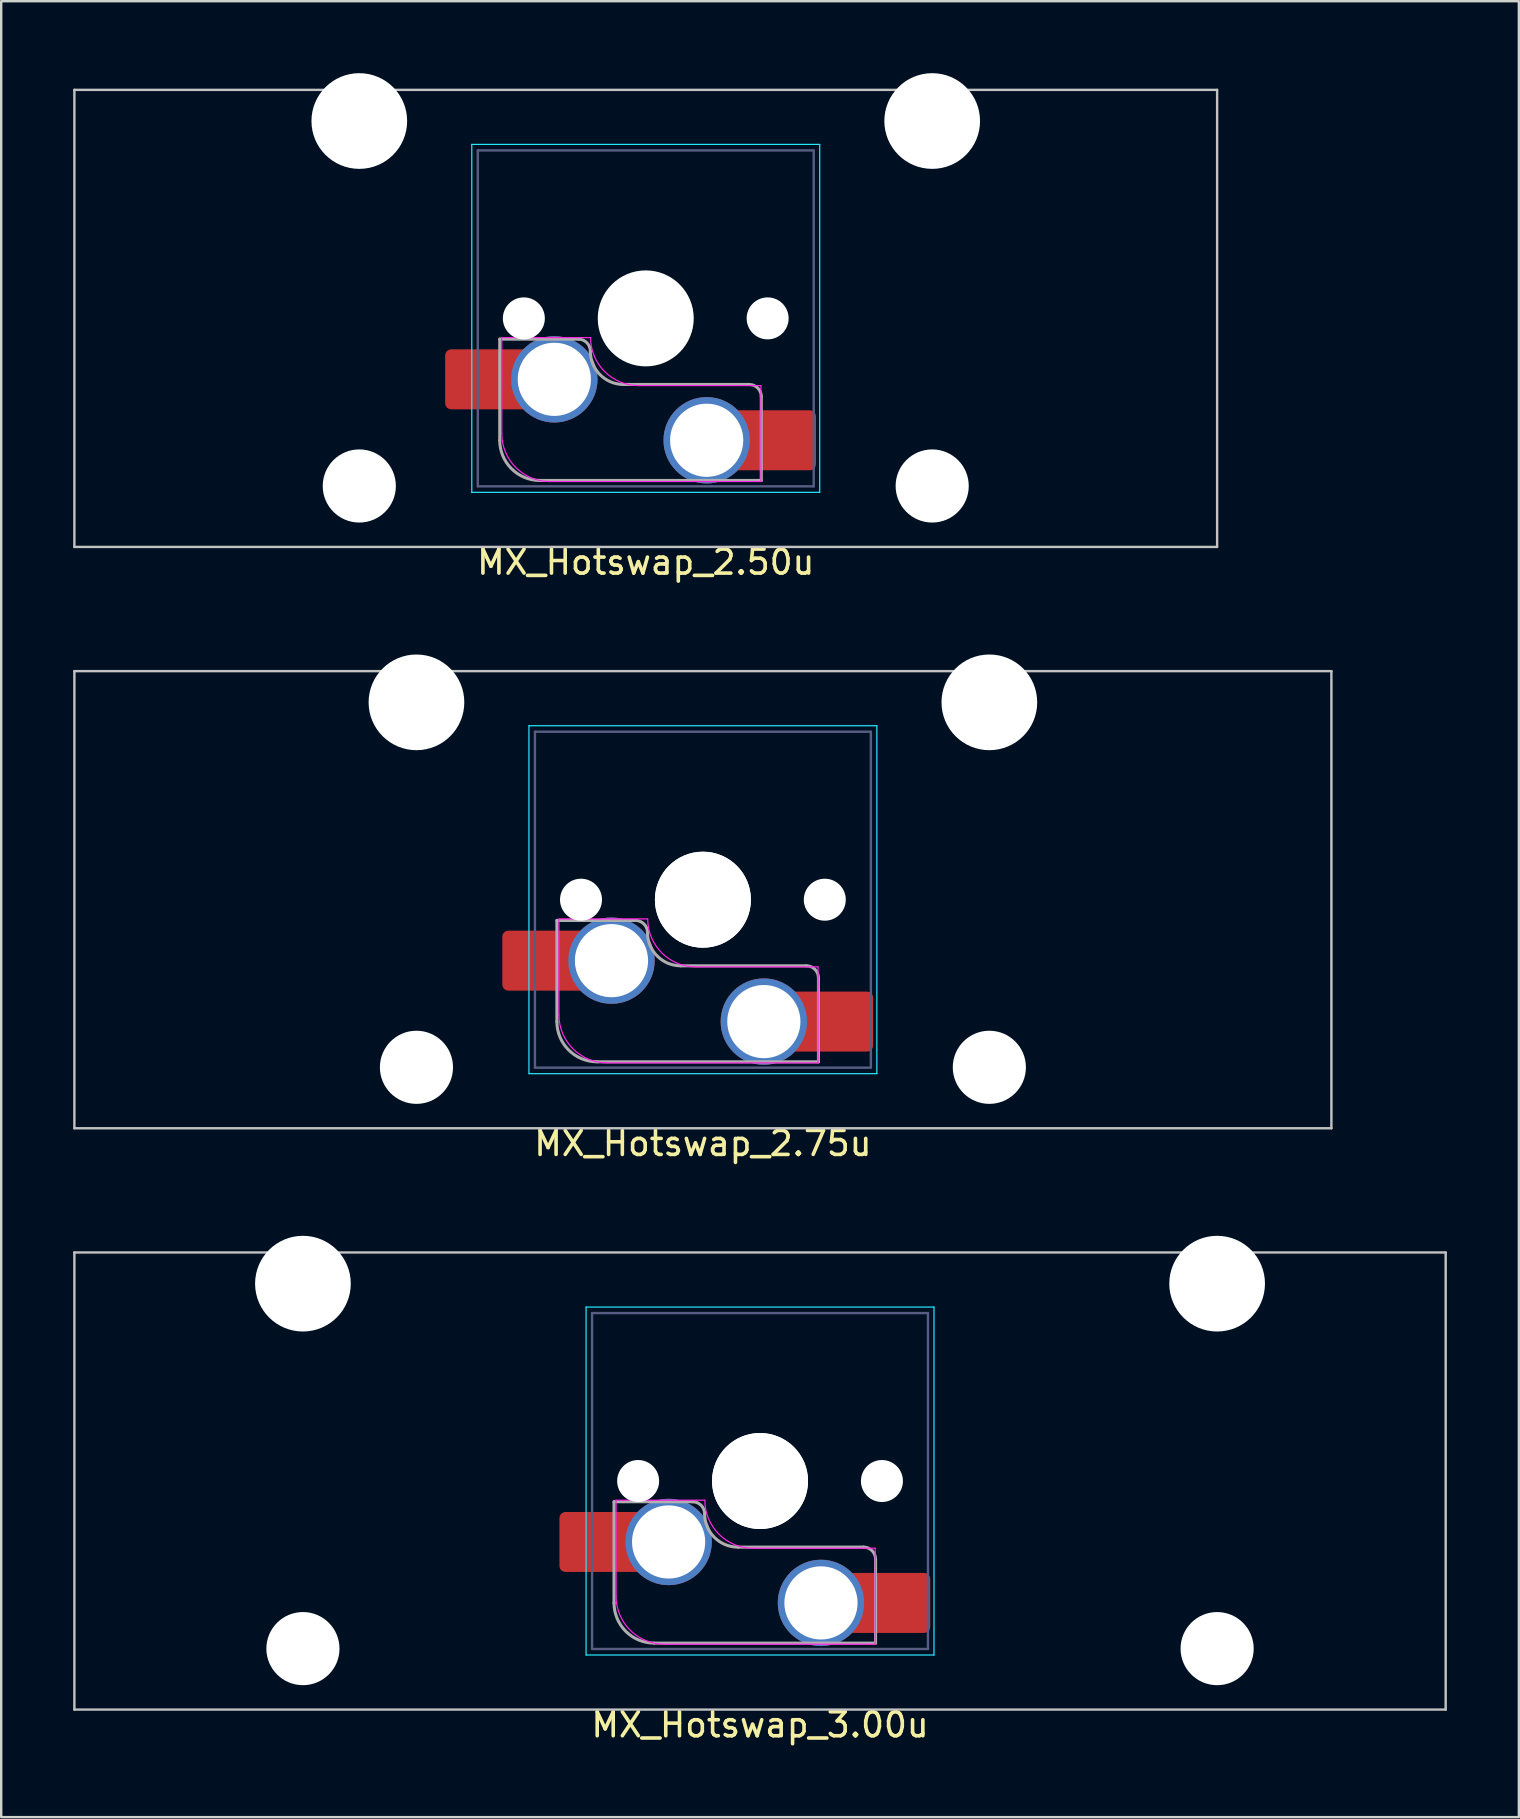
<source format=kicad_pcb>
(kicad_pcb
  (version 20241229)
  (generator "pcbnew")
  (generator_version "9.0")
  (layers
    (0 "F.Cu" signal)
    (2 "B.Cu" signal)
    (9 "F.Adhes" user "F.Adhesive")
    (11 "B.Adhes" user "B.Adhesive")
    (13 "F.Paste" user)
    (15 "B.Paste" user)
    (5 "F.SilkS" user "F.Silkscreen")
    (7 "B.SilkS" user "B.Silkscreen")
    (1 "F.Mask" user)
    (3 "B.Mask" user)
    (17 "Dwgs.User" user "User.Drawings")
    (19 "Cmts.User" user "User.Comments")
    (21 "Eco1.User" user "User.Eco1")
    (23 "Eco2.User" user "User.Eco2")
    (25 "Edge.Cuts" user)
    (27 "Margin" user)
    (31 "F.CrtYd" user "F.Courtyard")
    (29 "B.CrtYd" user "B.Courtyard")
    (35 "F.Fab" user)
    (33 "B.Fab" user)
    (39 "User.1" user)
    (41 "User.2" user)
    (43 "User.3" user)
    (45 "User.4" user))
  (footprint "MX_Hotswap_2.75u"
    (layer "F.Cu")
    (at 25.609 38.256)
    (property "Reference" "MX_Hotswap_2.75u" (at 0.635 6.35 0) (layer "F.SilkS") (effects (font (size 1 1) (thickness 0.15))))
    (attr smd)
    (fp_line (start -25.559 -13.335) (end -25.559 5.715) (stroke (width 0.1) (type solid)) (layer "Dwgs.User"))
    (fp_line (start -25.559 5.715) (end 26.829 5.715) (stroke (width 0.1) (type solid)) (layer "Dwgs.User"))
    (fp_line (start 26.829 -13.335) (end -25.559 -13.335) (stroke (width 0.1) (type solid)) (layer "Dwgs.User"))
    (fp_line (start 26.829 5.715) (end 26.829 -13.335) (stroke (width 0.1) (type solid)) (layer "Dwgs.User"))
    (fp_line (start -14.678 -10.58) (end -14.678 1.72) (stroke (width 0.1) (type solid)) (layer "Eco1.User"))
    (fp_line (start -14.678 1.72) (end -7.928 1.72) (stroke (width 0.1) (type solid)) (layer "Eco1.User"))
    (fp_line (start -7.928 -10.58) (end -14.678 -10.58) (stroke (width 0.1) (type solid)) (layer "Eco1.User"))
    (fp_line (start -7.928 1.72) (end -7.928 -10.58) (stroke (width 0.1) (type solid)) (layer "Eco1.User"))
    (fp_line (start 9.198 -10.58) (end 9.198 1.72) (stroke (width 0.1) (type solid)) (layer "Eco1.User"))
    (fp_line (start 9.198 1.72) (end 15.948 1.72) (stroke (width 0.1) (type solid)) (layer "Eco1.User"))
    (fp_line (start 15.948 -10.58) (end 9.198 -10.58) (stroke (width 0.1) (type solid)) (layer "Eco1.User"))
    (fp_line (start 15.948 1.72) (end 15.948 -10.58) (stroke (width 0.1) (type solid)) (layer "Eco1.User"))
    (fp_line (start -6.615 -11.06) (end -6.615 3.44) (stroke (width 0.05) (type solid)) (layer "B.CrtYd"))
    (fp_line (start -6.615 3.44) (end 7.885 3.44) (stroke (width 0.05) (type solid)) (layer "B.CrtYd"))
    (fp_line (start 7.885 -11.06) (end -6.615 -11.06) (stroke (width 0.05) (type solid)) (layer "B.CrtYd"))
    (fp_line (start 7.885 3.44) (end 7.885 -11.06) (stroke (width 0.05) (type solid)) (layer "B.CrtYd"))
    (fp_line (start -5.365 0.99) (end -5.365 -3.01) (stroke (width 0.05) (type solid)) (layer "F.CrtYd"))
    (fp_line (start -1.665 -3.01) (end -5.365 -3.01) (stroke (width 0.05) (type solid)) (layer "F.CrtYd"))
    (fp_line (start 5.435 -1.01) (end 0.335 -1.01) (stroke (width 0.05) (type solid)) (layer "F.CrtYd"))
    (fp_line (start 5.435 -1.01) (end 5.435 2.99) (stroke (width 0.05) (type solid)) (layer "F.CrtYd"))
    (fp_line (start 5.435 2.99) (end -3.365 2.99) (stroke (width 0.05) (type solid)) (layer "F.CrtYd"))
    (fp_arc (start -3.365 2.99) (mid -4.779214 2.404214) (end -5.365 0.99) (stroke (width 0.05) (type solid)) (layer "F.CrtYd"))
    (fp_arc (start 0.335 -1.01) (mid -1.079214 -1.595786) (end -1.665 -3.01) (stroke (width 0.05) (type solid)) (layer "F.CrtYd"))
    (fp_line (start -6.365 -10.81) (end -6.365 3.19) (stroke (width 0.1) (type solid)) (layer "B.Fab"))
    (fp_line (start -6.365 3.19) (end 7.635 3.19) (stroke (width 0.1) (type solid)) (layer "B.Fab"))
    (fp_line (start 7.635 -10.81) (end -6.365 -10.81) (stroke (width 0.1) (type solid)) (layer "B.Fab"))
    (fp_line (start 7.635 3.19) (end 7.635 -10.81) (stroke (width 0.1) (type solid)) (layer "B.Fab"))
    (fp_line (start -5.45 -2.945) (end -2.175 -2.945) (stroke (width 0.127) (type solid)) (layer "F.Fab"))
    (fp_line (start -5.45 1.27) (end -5.45 -2.945) (stroke (width 0.127) (type solid)) (layer "F.Fab"))
    (fp_line (start -0.285 -1.055) (end 4.95 -1.055) (stroke (width 0.127) (type solid)) (layer "F.Fab"))
    (fp_line (start 5.45 -0.555) (end 5.45 2.945) (stroke (width 0.127) (type solid)) (layer "F.Fab"))
    (fp_line (start 5.45 2.945) (end -3.775 2.945) (stroke (width 0.127) (type solid)) (layer "F.Fab"))
    (fp_arc (start -3.775 2.945) (mid -4.959404 2.454404) (end -5.45 1.27) (stroke (width 0.127) (type solid)) (layer "F.Fab"))
    (fp_arc (start -2.175 -2.945) (mid -1.821447 -2.798553) (end -1.675 -2.445) (stroke (width 0.127) (type solid)) (layer "F.Fab"))
    (fp_arc (start -0.285 -1.055) (mid -1.267878 -1.462122) (end -1.675 -2.445) (stroke (width 0.127) (type solid)) (layer "F.Fab"))
    (fp_arc (start 4.95 -1.055) (mid 5.303553 -0.908553) (end 5.45 -0.555) (stroke (width 0.127) (type solid)) (layer "F.Fab"))
    (pad "" np_thru_hole circle (at -11.303 -12.035 180) (size 3.988 3.988) (drill 3.988) (layers "*.Cu" "*.Mask"))
    (pad "" np_thru_hole circle (at -11.303 3.175 180) (size 3.048 3.048) (drill 3.048) (layers "*.Cu" "*.Mask"))
    (pad "" np_thru_hole circle (at -4.445 -3.81 180) (size 1.75 1.75) (drill 1.75) (layers "*.Cu" "*.Mask"))
    (pad "" np_thru_hole circle (at 0.635 -3.81 180) (size 4 4) (drill 4) (layers "*.Cu" "*.Mask"))
    (pad "" np_thru_hole circle (at 0.635 -3.81 180) (size 4 4) (drill 4) (layers "*.Cu" "*.Mask"))
    (pad "" np_thru_hole circle (at 5.715 -3.81 180) (size 1.75 1.75) (drill 1.75) (layers "*.Cu" "*.Mask"))
    (pad "" np_thru_hole circle (at 12.573 -12.035 180) (size 3.988 3.988) (drill 3.988) (layers "*.Cu" "*.Mask"))
    (pad "" np_thru_hole circle (at 12.573 3.175 180) (size 3.048 3.048) (drill 3.048) (layers "*.Cu" "*.Mask"))
    (pad "1" smd roundrect (at -5.95 -1.27 180) (size 3.55 2.5) (layers "F.Cu") (roundrect_rratio 0.1))
    (pad "1" thru_hole circle (at -3.175 -1.27 180) (size 3.6 3.6) (drill 3.05) (layers "*.Cu" "*.Mask"))
    (pad "2" thru_hole circle (at 3.175 1.27 180) (size 3.6 3.6) (drill 3.05) (layers "*.Cu" "*.Mask"))
    (pad "2" smd roundrect (at 5.955 1.27 180) (size 3.55 2.5) (layers "F.Cu") (roundrect_rratio 0.1)))
  (footprint "MX_Hotswap_2.50u"
    (layer "F.Cu")
    (at 23.227 14.029)
    (property "Reference" "MX_Hotswap_2.50u" (at 0.635 6.35 0) (layer "F.SilkS") (effects (font (size 1 1) (thickness 0.15))))
    (attr smd)
    (fp_line (start -23.177 -13.335) (end -23.177 5.715) (stroke (width 0.1) (type solid)) (layer "Dwgs.User"))
    (fp_line (start -23.177 5.715) (end 24.448 5.715) (stroke (width 0.1) (type solid)) (layer "Dwgs.User"))
    (fp_line (start 24.448 -13.335) (end -23.177 -13.335) (stroke (width 0.1) (type solid)) (layer "Dwgs.User"))
    (fp_line (start 24.448 5.715) (end 24.448 -13.335) (stroke (width 0.1) (type solid)) (layer "Dwgs.User"))
    (fp_line (start -14.678 -10.58) (end -14.678 1.72) (stroke (width 0.1) (type solid)) (layer "Eco1.User"))
    (fp_line (start -14.678 1.72) (end -7.928 1.72) (stroke (width 0.1) (type solid)) (layer "Eco1.User"))
    (fp_line (start -7.928 -10.58) (end -14.678 -10.58) (stroke (width 0.1) (type solid)) (layer "Eco1.User"))
    (fp_line (start -7.928 1.72) (end -7.928 -10.58) (stroke (width 0.1) (type solid)) (layer "Eco1.User"))
    (fp_line (start 9.198 -10.58) (end 9.198 1.72) (stroke (width 0.1) (type solid)) (layer "Eco1.User"))
    (fp_line (start 9.198 1.72) (end 15.948 1.72) (stroke (width 0.1) (type solid)) (layer "Eco1.User"))
    (fp_line (start 15.948 -10.58) (end 9.198 -10.58) (stroke (width 0.1) (type solid)) (layer "Eco1.User"))
    (fp_line (start 15.948 1.72) (end 15.948 -10.58) (stroke (width 0.1) (type solid)) (layer "Eco1.User"))
    (fp_line (start -6.615 -11.06) (end -6.615 3.44) (stroke (width 0.05) (type solid)) (layer "B.CrtYd"))
    (fp_line (start -6.615 3.44) (end 7.885 3.44) (stroke (width 0.05) (type solid)) (layer "B.CrtYd"))
    (fp_line (start 7.885 -11.06) (end -6.615 -11.06) (stroke (width 0.05) (type solid)) (layer "B.CrtYd"))
    (fp_line (start 7.885 3.44) (end 7.885 -11.06) (stroke (width 0.05) (type solid)) (layer "B.CrtYd"))
    (fp_line (start -5.365 0.99) (end -5.365 -3.01) (stroke (width 0.05) (type solid)) (layer "F.CrtYd"))
    (fp_line (start -1.665 -3.01) (end -5.365 -3.01) (stroke (width 0.05) (type solid)) (layer "F.CrtYd"))
    (fp_line (start 5.435 -1.01) (end 0.335 -1.01) (stroke (width 0.05) (type solid)) (layer "F.CrtYd"))
    (fp_line (start 5.435 -1.01) (end 5.435 2.99) (stroke (width 0.05) (type solid)) (layer "F.CrtYd"))
    (fp_line (start 5.435 2.99) (end -3.365 2.99) (stroke (width 0.05) (type solid)) (layer "F.CrtYd"))
    (fp_arc (start -3.365 2.99) (mid -4.779214 2.404214) (end -5.365 0.99) (stroke (width 0.05) (type solid)) (layer "F.CrtYd"))
    (fp_arc (start 0.335 -1.01) (mid -1.079214 -1.595786) (end -1.665 -3.01) (stroke (width 0.05) (type solid)) (layer "F.CrtYd"))
    (fp_line (start -6.365 -10.81) (end -6.365 3.19) (stroke (width 0.1) (type solid)) (layer "B.Fab"))
    (fp_line (start -6.365 3.19) (end 7.635 3.19) (stroke (width 0.1) (type solid)) (layer "B.Fab"))
    (fp_line (start 7.635 -10.81) (end -6.365 -10.81) (stroke (width 0.1) (type solid)) (layer "B.Fab"))
    (fp_line (start 7.635 3.19) (end 7.635 -10.81) (stroke (width 0.1) (type solid)) (layer "B.Fab"))
    (fp_line (start -5.45 -2.945) (end -2.175 -2.945) (stroke (width 0.127) (type solid)) (layer "F.Fab"))
    (fp_line (start -5.45 1.27) (end -5.45 -2.945) (stroke (width 0.127) (type solid)) (layer "F.Fab"))
    (fp_line (start -0.285 -1.055) (end 4.95 -1.055) (stroke (width 0.127) (type solid)) (layer "F.Fab"))
    (fp_line (start 5.45 -0.555) (end 5.45 2.945) (stroke (width 0.127) (type solid)) (layer "F.Fab"))
    (fp_line (start 5.45 2.945) (end -3.775 2.945) (stroke (width 0.127) (type solid)) (layer "F.Fab"))
    (fp_arc (start -3.775 2.945) (mid -4.959404 2.454404) (end -5.45 1.27) (stroke (width 0.127) (type solid)) (layer "F.Fab"))
    (fp_arc (start -2.175 -2.945) (mid -1.821447 -2.798553) (end -1.675 -2.445) (stroke (width 0.127) (type solid)) (layer "F.Fab"))
    (fp_arc (start -0.285 -1.055) (mid -1.267878 -1.462122) (end -1.675 -2.445) (stroke (width 0.127) (type solid)) (layer "F.Fab"))
    (fp_arc (start 4.95 -1.055) (mid 5.303553 -0.908553) (end 5.45 -0.555) (stroke (width 0.127) (type solid)) (layer "F.Fab"))
    (pad "" np_thru_hole circle (at -11.303 -12.035 180) (size 3.988 3.988) (drill 3.988) (layers "*.Cu" "*.Mask"))
    (pad "" np_thru_hole circle (at -11.303 3.175 180) (size 3.048 3.048) (drill 3.048) (layers "*.Cu" "*.Mask"))
    (pad "" smd roundrect (at -6.45 -1.27 180) (size 2.55 2.5) (layers "F.Mask" "F.Paste") (roundrect_rratio 0.1))
    (pad "" np_thru_hole circle (at -4.445 -3.81 180) (size 1.75 1.75) (drill 1.75) (layers "*.Cu" "*.Mask"))
    (pad "" np_thru_hole circle (at 0.635 -3.81 180) (size 4 4) (drill 4) (layers "*.Cu" "*.Mask"))
    (pad "" np_thru_hole circle (at 5.715 -3.81 180) (size 1.75 1.75) (drill 1.75) (layers "*.Cu" "*.Mask"))
    (pad "" smd roundrect (at 6.477 1.27 180) (size 2.55 2.5) (layers "F.Mask" "F.Paste") (roundrect_rratio 0.1))
    (pad "" np_thru_hole circle (at 12.573 -12.035 180) (size 3.988 3.988) (drill 3.988) (layers "*.Cu" "*.Mask"))
    (pad "" np_thru_hole circle (at 12.573 3.175 180) (size 3.048 3.048) (drill 3.048) (layers "*.Cu" "*.Mask"))
    (pad "1" smd roundrect (at -5.95 -1.27 180) (size 3.55 2.5) (layers "F.Cu") (roundrect_rratio 0.1))
    (pad "1" thru_hole circle (at -3.175 -1.27 180) (size 3.6 3.6) (drill 3.05) (layers "*.Cu" "*.Mask"))
    (pad "2" thru_hole circle (at 3.175 1.27 180) (size 3.6 3.6) (drill 3.05) (layers "*.Cu" "*.Mask"))
    (pad "2" smd roundrect (at 5.955 1.27 180) (size 3.55 2.5) (layers "F.Cu") (roundrect_rratio 0.1)))
  (footprint "MX_Hotswap_3.00u"
    (layer "F.Cu")
    (at 27.99 62.483)
    (property "Reference" "MX_Hotswap_3.00u" (at 0.635 6.35 0) (layer "F.SilkS") (effects (font (size 1 1) (thickness 0.15))))
    (attr smd)
    (fp_line (start -27.94 -13.335) (end -27.94 5.715) (stroke (width 0.1) (type solid)) (layer "Dwgs.User"))
    (fp_line (start -27.94 5.715) (end 29.21 5.715) (stroke (width 0.1) (type solid)) (layer "Dwgs.User"))
    (fp_line (start 29.21 -13.335) (end -27.94 -13.335) (stroke (width 0.1) (type solid)) (layer "Dwgs.User"))
    (fp_line (start 29.21 5.715) (end 29.21 -13.335) (stroke (width 0.1) (type solid)) (layer "Dwgs.User"))
    (fp_line (start -21.79 -10.58) (end -21.79 1.72) (stroke (width 0.1) (type solid)) (layer "Eco1.User"))
    (fp_line (start -21.79 1.72) (end -15.04 1.72) (stroke (width 0.1) (type solid)) (layer "Eco1.User"))
    (fp_line (start -15.04 -10.58) (end -21.79 -10.58) (stroke (width 0.1) (type solid)) (layer "Eco1.User"))
    (fp_line (start -15.04 1.72) (end -15.04 -10.58) (stroke (width 0.1) (type solid)) (layer "Eco1.User"))
    (fp_line (start 16.31 -10.58) (end 16.31 1.72) (stroke (width 0.1) (type solid)) (layer "Eco1.User"))
    (fp_line (start 16.31 1.72) (end 23.06 1.72) (stroke (width 0.1) (type solid)) (layer "Eco1.User"))
    (fp_line (start 23.06 -10.58) (end 16.31 -10.58) (stroke (width 0.1) (type solid)) (layer "Eco1.User"))
    (fp_line (start 23.06 1.72) (end 23.06 -10.58) (stroke (width 0.1) (type solid)) (layer "Eco1.User"))
    (fp_line (start -6.615 -11.06) (end -6.615 3.44) (stroke (width 0.05) (type solid)) (layer "B.CrtYd"))
    (fp_line (start -6.615 3.44) (end 7.885 3.44) (stroke (width 0.05) (type solid)) (layer "B.CrtYd"))
    (fp_line (start 7.885 -11.06) (end -6.615 -11.06) (stroke (width 0.05) (type solid)) (layer "B.CrtYd"))
    (fp_line (start 7.885 3.44) (end 7.885 -11.06) (stroke (width 0.05) (type solid)) (layer "B.CrtYd"))
    (fp_line (start -5.365 0.99) (end -5.365 -3.01) (stroke (width 0.05) (type solid)) (layer "F.CrtYd"))
    (fp_line (start -1.665 -3.01) (end -5.365 -3.01) (stroke (width 0.05) (type solid)) (layer "F.CrtYd"))
    (fp_line (start 5.435 -1.01) (end 0.335 -1.01) (stroke (width 0.05) (type solid)) (layer "F.CrtYd"))
    (fp_line (start 5.435 -1.01) (end 5.435 2.99) (stroke (width 0.05) (type solid)) (layer "F.CrtYd"))
    (fp_line (start 5.435 2.99) (end -3.365 2.99) (stroke (width 0.05) (type solid)) (layer "F.CrtYd"))
    (fp_arc (start -3.365 2.99) (mid -4.779214 2.404214) (end -5.365 0.99) (stroke (width 0.05) (type solid)) (layer "F.CrtYd"))
    (fp_arc (start 0.335 -1.01) (mid -1.079214 -1.595786) (end -1.665 -3.01) (stroke (width 0.05) (type solid)) (layer "F.CrtYd"))
    (fp_line (start -6.365 -10.81) (end -6.365 3.19) (stroke (width 0.1) (type solid)) (layer "B.Fab"))
    (fp_line (start -6.365 3.19) (end 7.635 3.19) (stroke (width 0.1) (type solid)) (layer "B.Fab"))
    (fp_line (start 7.635 -10.81) (end -6.365 -10.81) (stroke (width 0.1) (type solid)) (layer "B.Fab"))
    (fp_line (start 7.635 3.19) (end 7.635 -10.81) (stroke (width 0.1) (type solid)) (layer "B.Fab"))
    (fp_line (start -5.45 -2.945) (end -2.175 -2.945) (stroke (width 0.127) (type solid)) (layer "F.Fab"))
    (fp_line (start -5.45 1.27) (end -5.45 -2.945) (stroke (width 0.127) (type solid)) (layer "F.Fab"))
    (fp_line (start -0.285 -1.055) (end 4.95 -1.055) (stroke (width 0.127) (type solid)) (layer "F.Fab"))
    (fp_line (start 5.45 -0.555) (end 5.45 2.945) (stroke (width 0.127) (type solid)) (layer "F.Fab"))
    (fp_line (start 5.45 2.945) (end -3.775 2.945) (stroke (width 0.127) (type solid)) (layer "F.Fab"))
    (fp_arc (start -3.775 2.945) (mid -4.959404 2.454404) (end -5.45 1.27) (stroke (width 0.127) (type solid)) (layer "F.Fab"))
    (fp_arc (start -2.175 -2.945) (mid -1.821447 -2.798553) (end -1.675 -2.445) (stroke (width 0.127) (type solid)) (layer "F.Fab"))
    (fp_arc (start -0.285 -1.055) (mid -1.267878 -1.462122) (end -1.675 -2.445) (stroke (width 0.127) (type solid)) (layer "F.Fab"))
    (fp_arc (start 4.95 -1.055) (mid 5.303553 -0.908553) (end 5.45 -0.555) (stroke (width 0.127) (type solid)) (layer "F.Fab"))
    (pad "" np_thru_hole circle (at -18.415 -12.035 180) (size 3.988 3.988) (drill 3.988) (layers "*.Cu" "*.Mask"))
    (pad "" np_thru_hole circle (at -18.415 3.175 180) (size 3.048 3.048) (drill 3.048) (layers "*.Cu" "*.Mask"))
    (pad "" np_thru_hole circle (at -4.445 -3.81 180) (size 1.75 1.75) (drill 1.75) (layers "*.Cu" "*.Mask"))
    (pad "" np_thru_hole circle (at 0.635 -3.81 180) (size 4 4) (drill 4) (layers "*.Cu" "*.Mask"))
    (pad "" np_thru_hole circle (at 0.635 -3.81 180) (size 4 4) (drill 4) (layers "*.Cu" "*.Mask"))
    (pad "" np_thru_hole circle (at 5.715 -3.81 180) (size 1.75 1.75) (drill 1.75) (layers "*.Cu" "*.Mask"))
    (pad "" np_thru_hole circle (at 19.685 -12.035 180) (size 3.988 3.988) (drill 3.988) (layers "*.Cu" "*.Mask"))
    (pad "" np_thru_hole circle (at 19.685 3.175 180) (size 3.048 3.048) (drill 3.048) (layers "*.Cu" "*.Mask"))
    (pad "1" smd roundrect (at -5.95 -1.27 180) (size 3.55 2.5) (layers "F.Cu") (roundrect_rratio 0.1))
    (pad "1" thru_hole circle (at -3.175 -1.27 180) (size 3.6 3.6) (drill 3.05) (layers "*.Cu" "*.Mask"))
    (pad "2" thru_hole circle (at 3.175 1.27 180) (size 3.6 3.6) (drill 3.05) (layers "*.Cu" "*.Mask"))
    (pad "2" smd roundrect (at 5.955 1.27 180) (size 3.55 2.5) (layers "F.Cu") (roundrect_rratio 0.1)))
  (gr_rect
    (start -3 -3)
    (end 60.25 72.681)
    (stroke (width 0.1) (type default))
    (fill no)
    (layer "Edge.Cuts")))
</source>
